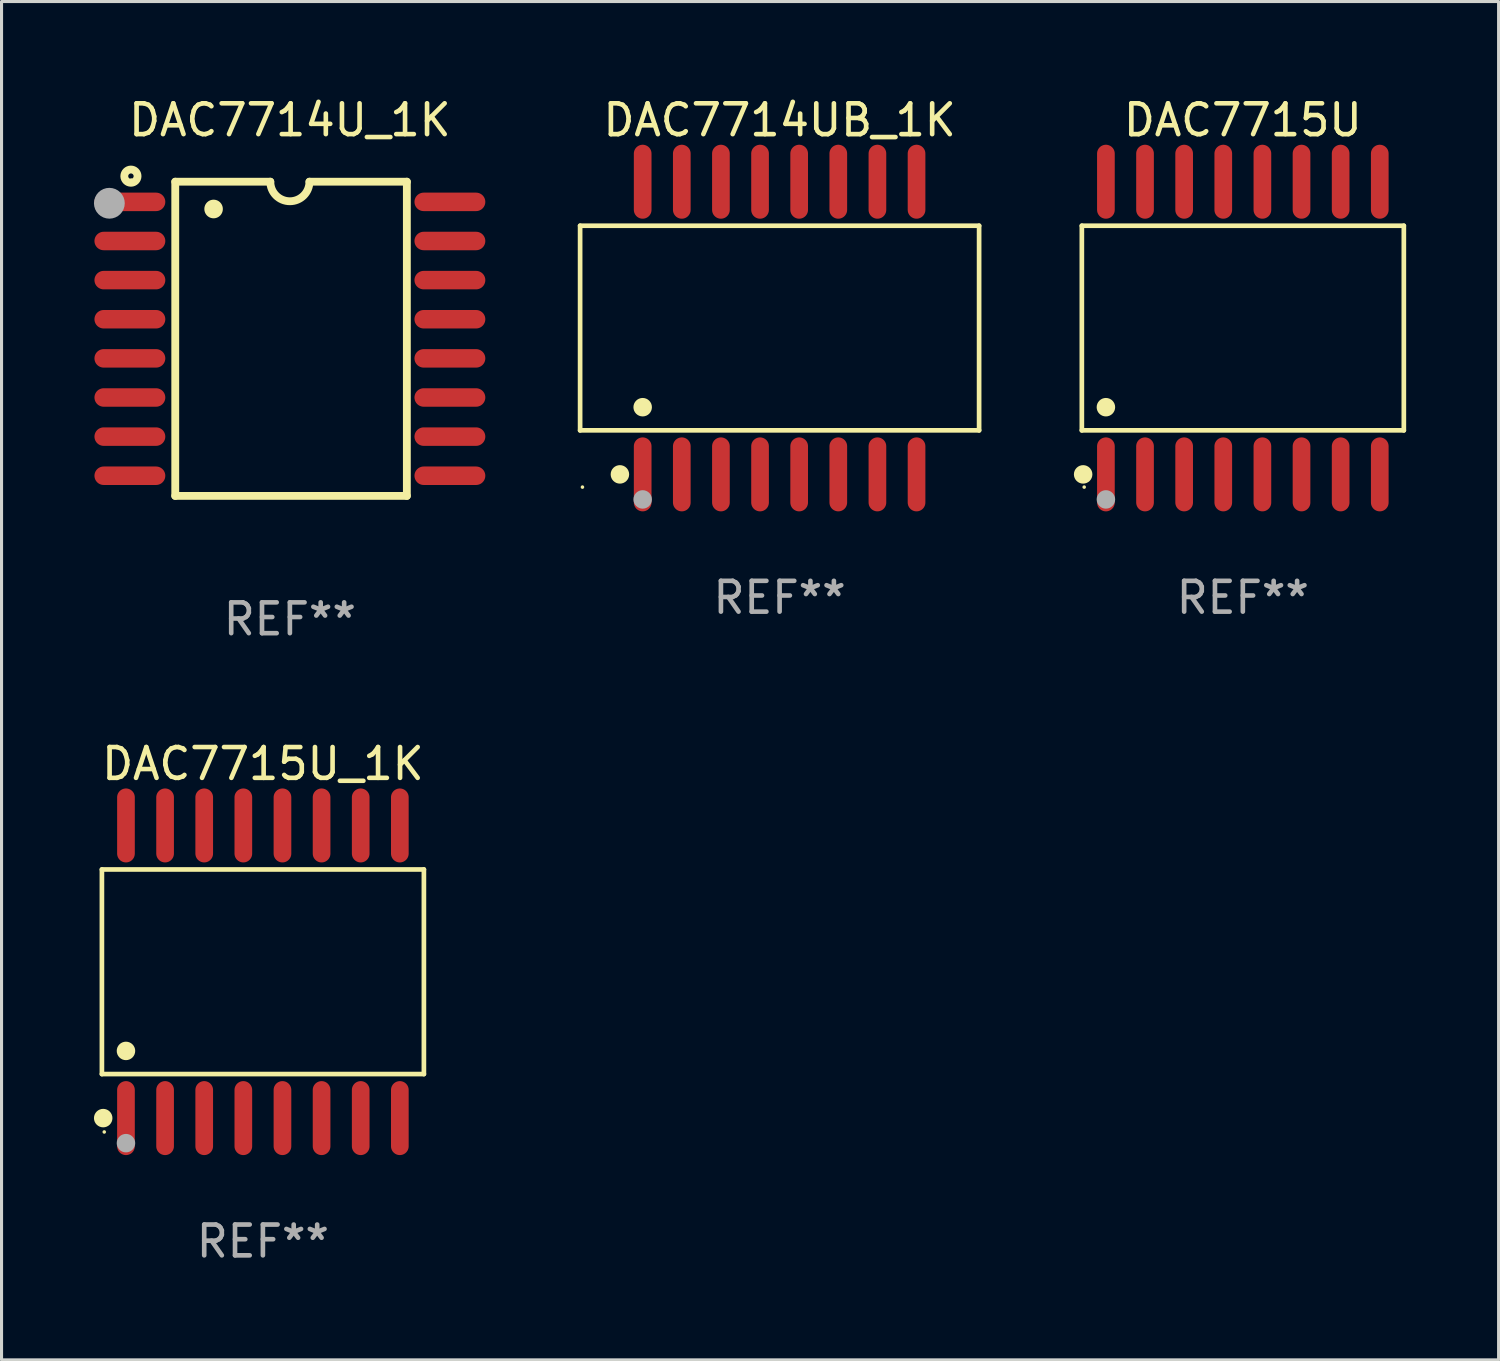
<source format=kicad_pcb>
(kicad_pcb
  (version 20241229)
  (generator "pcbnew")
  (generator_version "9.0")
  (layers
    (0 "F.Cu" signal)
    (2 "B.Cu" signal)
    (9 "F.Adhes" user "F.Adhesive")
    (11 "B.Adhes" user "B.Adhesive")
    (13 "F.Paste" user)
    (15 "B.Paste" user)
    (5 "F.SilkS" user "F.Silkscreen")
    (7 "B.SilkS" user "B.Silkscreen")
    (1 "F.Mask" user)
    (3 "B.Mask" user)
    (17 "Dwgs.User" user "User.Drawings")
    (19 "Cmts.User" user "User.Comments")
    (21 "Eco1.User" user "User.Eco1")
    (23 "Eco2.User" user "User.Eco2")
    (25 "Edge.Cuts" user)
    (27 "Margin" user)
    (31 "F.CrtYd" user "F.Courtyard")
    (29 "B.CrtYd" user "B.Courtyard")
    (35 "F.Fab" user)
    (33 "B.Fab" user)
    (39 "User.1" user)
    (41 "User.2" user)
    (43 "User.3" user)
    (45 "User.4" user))
  (footprint "DAC7715U_1K"
    (layer "F.Cu")
    (at 5.484 28.495)
    (property "Reference" "DAC7715U_1K" (at 0 -6.75 0) (layer "F.SilkS") (effects (font (size 1 1) (thickness 0.15))))
    (attr through_hole)
    (fp_line (start -5.226 -3.321) (end 5.226 -3.321) (stroke (width 0.152) (type solid)) (layer "F.SilkS"))
    (fp_line (start -5.226 3.321) (end -5.226 -3.321) (stroke (width 0.152) (type solid)) (layer "F.SilkS"))
    (fp_line (start 5.226 -3.321) (end 5.226 3.321) (stroke (width 0.152) (type solid)) (layer "F.SilkS"))
    (fp_line (start 5.226 3.321) (end -5.226 3.321) (stroke (width 0.152) (type solid)) (layer "F.SilkS"))
    (fp_circle (center -5.184 4.75) (end -5.034 4.75) (stroke (width 0.3) (type solid)) (fill no) (layer "F.SilkS"))
    (fp_circle (center -5.15 5.2) (end -5.12 5.2) (stroke (width 0.06) (type solid)) (fill no) (layer "F.SilkS"))
    (fp_circle (center -4.445 2.569) (end -4.295 2.569) (stroke (width 0.3) (type solid)) (fill no) (layer "F.SilkS"))
    (fp_circle (center -4.445 5.563) (end -4.295 5.563) (stroke (width 0.3) (type solid)) (fill no) (layer "F.Fab"))
    (fp_text user "REF**" (at 0 8.75 0) (layer "F.Fab") (effects (font (size 1 1) (thickness 0.15))))
    (pad "1" smd oval (at -4.445 4.75) (size 0.574 2.401) (layers "F.Cu" "F.Mask" "F.Paste"))
    (pad "2" smd oval (at -3.175 4.75) (size 0.574 2.401) (layers "F.Cu" "F.Mask" "F.Paste"))
    (pad "3" smd oval (at -1.905 4.75) (size 0.574 2.401) (layers "F.Cu" "F.Mask" "F.Paste"))
    (pad "4" smd oval (at -0.635 4.75) (size 0.574 2.401) (layers "F.Cu" "F.Mask" "F.Paste"))
    (pad "5" smd oval (at 0.635 4.75) (size 0.574 2.401) (layers "F.Cu" "F.Mask" "F.Paste"))
    (pad "6" smd oval (at 1.905 4.75) (size 0.574 2.401) (layers "F.Cu" "F.Mask" "F.Paste"))
    (pad "7" smd oval (at 3.175 4.75) (size 0.574 2.401) (layers "F.Cu" "F.Mask" "F.Paste"))
    (pad "8" smd oval (at 4.445 4.75) (size 0.574 2.401) (layers "F.Cu" "F.Mask" "F.Paste"))
    (pad "9" smd oval (at 4.445 -4.75) (size 0.574 2.401) (layers "F.Cu" "F.Mask" "F.Paste"))
    (pad "10" smd oval (at 3.175 -4.75) (size 0.574 2.401) (layers "F.Cu" "F.Mask" "F.Paste"))
    (pad "11" smd oval (at 1.905 -4.75) (size 0.574 2.401) (layers "F.Cu" "F.Mask" "F.Paste"))
    (pad "12" smd oval (at 0.635 -4.75) (size 0.574 2.401) (layers "F.Cu" "F.Mask" "F.Paste"))
    (pad "13" smd oval (at -0.635 -4.75) (size 0.574 2.401) (layers "F.Cu" "F.Mask" "F.Paste"))
    (pad "14" smd oval (at -1.905 -4.75) (size 0.574 2.401) (layers "F.Cu" "F.Mask" "F.Paste"))
    (pad "15" smd oval (at -3.175 -4.75) (size 0.574 2.401) (layers "F.Cu" "F.Mask" "F.Paste"))
    (pad "16" smd oval (at -4.445 -4.75) (size 0.574 2.401) (layers "F.Cu" "F.Mask" "F.Paste")))
  (footprint "DAC7715U"
    (layer "F.Cu")
    (at 37.294 7.599)
    (property "Reference" "DAC7715U" (at 0 -6.75 0) (layer "F.SilkS") (effects (font (size 1 1) (thickness 0.15))))
    (attr through_hole)
    (fp_line (start -5.226 -3.321) (end 5.226 -3.321) (stroke (width 0.152) (type solid)) (layer "F.SilkS"))
    (fp_line (start -5.226 3.321) (end -5.226 -3.321) (stroke (width 0.152) (type solid)) (layer "F.SilkS"))
    (fp_line (start 5.226 -3.321) (end 5.226 3.321) (stroke (width 0.152) (type solid)) (layer "F.SilkS"))
    (fp_line (start 5.226 3.321) (end -5.226 3.321) (stroke (width 0.152) (type solid)) (layer "F.SilkS"))
    (fp_circle (center -5.184 4.75) (end -5.034 4.75) (stroke (width 0.3) (type solid)) (fill no) (layer "F.SilkS"))
    (fp_circle (center -5.15 5.163) (end -5.12 5.163) (stroke (width 0.06) (type solid)) (fill no) (layer "F.SilkS"))
    (fp_circle (center -4.445 2.569) (end -4.295 2.569) (stroke (width 0.3) (type solid)) (fill no) (layer "F.SilkS"))
    (fp_circle (center -4.445 5.563) (end -4.295 5.563) (stroke (width 0.3) (type solid)) (fill no) (layer "F.Fab"))
    (fp_text user "REF**" (at 0 8.75 0) (layer "F.Fab") (effects (font (size 1 1) (thickness 0.15))))
    (pad "1" smd oval (at -4.445 4.75) (size 0.574 2.401) (layers "F.Cu" "F.Mask" "F.Paste"))
    (pad "2" smd oval (at -3.175 4.75) (size 0.574 2.401) (layers "F.Cu" "F.Mask" "F.Paste"))
    (pad "3" smd oval (at -1.905 4.75) (size 0.574 2.401) (layers "F.Cu" "F.Mask" "F.Paste"))
    (pad "4" smd oval (at -0.635 4.75) (size 0.574 2.401) (layers "F.Cu" "F.Mask" "F.Paste"))
    (pad "5" smd oval (at 0.635 4.75) (size 0.574 2.401) (layers "F.Cu" "F.Mask" "F.Paste"))
    (pad "6" smd oval (at 1.905 4.75) (size 0.574 2.401) (layers "F.Cu" "F.Mask" "F.Paste"))
    (pad "7" smd oval (at 3.175 4.75) (size 0.574 2.401) (layers "F.Cu" "F.Mask" "F.Paste"))
    (pad "8" smd oval (at 4.445 4.75) (size 0.574 2.401) (layers "F.Cu" "F.Mask" "F.Paste"))
    (pad "9" smd oval (at 4.445 -4.75) (size 0.574 2.401) (layers "F.Cu" "F.Mask" "F.Paste"))
    (pad "10" smd oval (at 3.175 -4.75) (size 0.574 2.401) (layers "F.Cu" "F.Mask" "F.Paste"))
    (pad "11" smd oval (at 1.905 -4.75) (size 0.574 2.401) (layers "F.Cu" "F.Mask" "F.Paste"))
    (pad "12" smd oval (at 0.635 -4.75) (size 0.574 2.401) (layers "F.Cu" "F.Mask" "F.Paste"))
    (pad "13" smd oval (at -0.635 -4.75) (size 0.574 2.401) (layers "F.Cu" "F.Mask" "F.Paste"))
    (pad "14" smd oval (at -1.905 -4.75) (size 0.574 2.401) (layers "F.Cu" "F.Mask" "F.Paste"))
    (pad "15" smd oval (at -3.175 -4.75) (size 0.574 2.401) (layers "F.Cu" "F.Mask" "F.Paste"))
    (pad "16" smd oval (at -4.445 -4.75) (size 0.574 2.401) (layers "F.Cu" "F.Mask" "F.Paste")))
  (footprint "DAC7714UB_1K"
    (layer "F.Cu")
    (at 22.257 7.599)
    (property "Reference" "DAC7714UB_1K" (at 0 -6.75 0) (layer "F.SilkS") (effects (font (size 1 1) (thickness 0.15))))
    (attr through_hole)
    (fp_line (start -6.476 -3.321) (end 6.476 -3.321) (stroke (width 0.152) (type solid)) (layer "F.SilkS"))
    (fp_line (start -6.476 3.321) (end -6.476 -3.321) (stroke (width 0.152) (type solid)) (layer "F.SilkS"))
    (fp_line (start 6.476 -3.321) (end 6.476 3.321) (stroke (width 0.152) (type solid)) (layer "F.SilkS"))
    (fp_line (start 6.476 3.321) (end -6.476 3.321) (stroke (width 0.152) (type solid)) (layer "F.SilkS"))
    (fp_circle (center -6.4 5.163) (end -6.37 5.163) (stroke (width 0.06) (type solid)) (fill no) (layer "F.SilkS"))
    (fp_circle (center -5.184 4.75) (end -5.034 4.75) (stroke (width 0.3) (type solid)) (fill no) (layer "F.SilkS"))
    (fp_circle (center -4.445 2.569) (end -4.295 2.569) (stroke (width 0.3) (type solid)) (fill no) (layer "F.SilkS"))
    (fp_circle (center -4.445 5.563) (end -4.295 5.563) (stroke (width 0.3) (type solid)) (fill no) (layer "F.Fab"))
    (fp_text user "REF**" (at 0 8.75 0) (layer "F.Fab") (effects (font (size 1 1) (thickness 0.15))))
    (pad "1" smd oval (at -4.445 4.75) (size 0.574 2.401) (layers "F.Cu" "F.Mask" "F.Paste"))
    (pad "2" smd oval (at -3.175 4.75) (size 0.574 2.401) (layers "F.Cu" "F.Mask" "F.Paste"))
    (pad "3" smd oval (at -1.905 4.75) (size 0.574 2.401) (layers "F.Cu" "F.Mask" "F.Paste"))
    (pad "4" smd oval (at -0.635 4.75) (size 0.574 2.401) (layers "F.Cu" "F.Mask" "F.Paste"))
    (pad "5" smd oval (at 0.635 4.75) (size 0.574 2.401) (layers "F.Cu" "F.Mask" "F.Paste"))
    (pad "6" smd oval (at 1.905 4.75) (size 0.574 2.401) (layers "F.Cu" "F.Mask" "F.Paste"))
    (pad "7" smd oval (at 3.175 4.75) (size 0.574 2.401) (layers "F.Cu" "F.Mask" "F.Paste"))
    (pad "8" smd oval (at 4.445 4.75) (size 0.574 2.401) (layers "F.Cu" "F.Mask" "F.Paste"))
    (pad "9" smd oval (at 4.445 -4.75) (size 0.574 2.401) (layers "F.Cu" "F.Mask" "F.Paste"))
    (pad "10" smd oval (at 3.175 -4.75) (size 0.574 2.401) (layers "F.Cu" "F.Mask" "F.Paste"))
    (pad "11" smd oval (at 1.905 -4.75) (size 0.574 2.401) (layers "F.Cu" "F.Mask" "F.Paste"))
    (pad "12" smd oval (at 0.635 -4.75) (size 0.574 2.401) (layers "F.Cu" "F.Mask" "F.Paste"))
    (pad "13" smd oval (at -0.635 -4.75) (size 0.574 2.401) (layers "F.Cu" "F.Mask" "F.Paste"))
    (pad "14" smd oval (at -1.905 -4.75) (size 0.574 2.401) (layers "F.Cu" "F.Mask" "F.Paste"))
    (pad "15" smd oval (at -3.175 -4.75) (size 0.574 2.401) (layers "F.Cu" "F.Mask" "F.Paste"))
    (pad "16" smd oval (at -4.445 -4.75) (size 0.574 2.401) (layers "F.Cu" "F.Mask" "F.Paste")))
  (footprint "DAC7714U_1K"
    (layer "F.Cu")
    (at 6.36 7.948)
    (property "Reference" "DAC7714U_1K" (at 0 -7.1 0) (layer "F.SilkS") (effects (font (size 1 1) (thickness 0.15))))
    (attr through_hole)
    (fp_line (start -3.721 -5.1) (end -3.721 5.1) (stroke (width 0.254) (type solid)) (layer "F.SilkS"))
    (fp_line (start -3.721 -5.1) (end -0.635 -5.1) (stroke (width 0.254) (type solid)) (layer "F.SilkS"))
    (fp_line (start -3.721 5.1) (end 3.797 5.1) (stroke (width 0.254) (type solid)) (layer "F.SilkS"))
    (fp_line (start 3.797 -5.1) (end 0.635 -5.1) (stroke (width 0.254) (type solid)) (layer "F.SilkS"))
    (fp_line (start 3.797 5.1) (end 3.797 -5.1) (stroke (width 0.254) (type solid)) (layer "F.SilkS"))
    (fp_arc (start -2.476556 -4.211328) (mid -2.476567 -4.213868) (end -2.476556 -4.216408) (stroke (width 0.6) (type solid)) (layer "F.SilkS"))
    (fp_arc (start 0.63495 -5.100076) (mid -0.000178 -4.465329) (end -0.635052 -5.10033) (stroke (width 0.254001) (type solid)) (layer "F.SilkS"))
    (fp_circle (center -5.16 -5.28) (end -4.945 -5.28) (stroke (width 0.254) (type solid)) (fill no) (layer "F.SilkS"))
    (fp_circle (center -5.15 -5.15) (end -5.12 -5.15) (stroke (width 0.06) (type solid)) (fill no) (layer "F.SilkS"))
    (fp_circle (center -5.86 -4.4) (end -5.61 -4.4) (stroke (width 0.5) (type solid)) (fill no) (layer "F.Fab"))
    (fp_text user "REF**" (at 0 9.1 0) (layer "F.Fab") (effects (font (size 1 1) (thickness 0.15))))
    (pad "1" smd oval (at -5.194 -4.445) (size 2.3 0.6) (layers "F.Cu" "F.Mask" "F.Paste"))
    (pad "2" smd oval (at -5.194 -3.175) (size 2.3 0.6) (layers "F.Cu" "F.Mask" "F.Paste"))
    (pad "3" smd oval (at -5.194 -1.905) (size 2.3 0.6) (layers "F.Cu" "F.Mask" "F.Paste"))
    (pad "4" smd oval (at -5.194 -0.635) (size 2.3 0.6) (layers "F.Cu" "F.Mask" "F.Paste"))
    (pad "5" smd oval (at -5.194 0.635) (size 2.3 0.6) (layers "F.Cu" "F.Mask" "F.Paste"))
    (pad "6" smd oval (at -5.194 1.905) (size 2.3 0.6) (layers "F.Cu" "F.Mask" "F.Paste"))
    (pad "7" smd oval (at -5.194 3.175) (size 2.3 0.6) (layers "F.Cu" "F.Mask" "F.Paste"))
    (pad "8" smd oval (at -5.194 4.445) (size 2.3 0.6) (layers "F.Cu" "F.Mask" "F.Paste"))
    (pad "9" smd oval (at 5.194 4.445) (size 2.3 0.6) (layers "F.Cu" "F.Mask" "F.Paste"))
    (pad "10" smd oval (at 5.194 3.175) (size 2.3 0.6) (layers "F.Cu" "F.Mask" "F.Paste"))
    (pad "11" smd oval (at 5.194 1.905) (size 2.3 0.6) (layers "F.Cu" "F.Mask" "F.Paste"))
    (pad "12" smd oval (at 5.194 0.635) (size 2.3 0.6) (layers "F.Cu" "F.Mask" "F.Paste"))
    (pad "13" smd oval (at 5.194 -0.635) (size 2.3 0.6) (layers "F.Cu" "F.Mask" "F.Paste"))
    (pad "14" smd oval (at 5.194 -1.905) (size 2.3 0.6) (layers "F.Cu" "F.Mask" "F.Paste"))
    (pad "15" smd oval (at 5.194 -3.175) (size 2.3 0.6) (layers "F.Cu" "F.Mask" "F.Paste"))
    (pad "16" smd oval (at 5.194 -4.445) (size 2.3 0.6) (layers "F.Cu" "F.Mask" "F.Paste")))
  (gr_rect
    (start -3 -3)
    (end 45.596 41.094)
    (stroke (width 0.1) (type default))
    (fill no)
    (layer "Edge.Cuts")))
</source>
